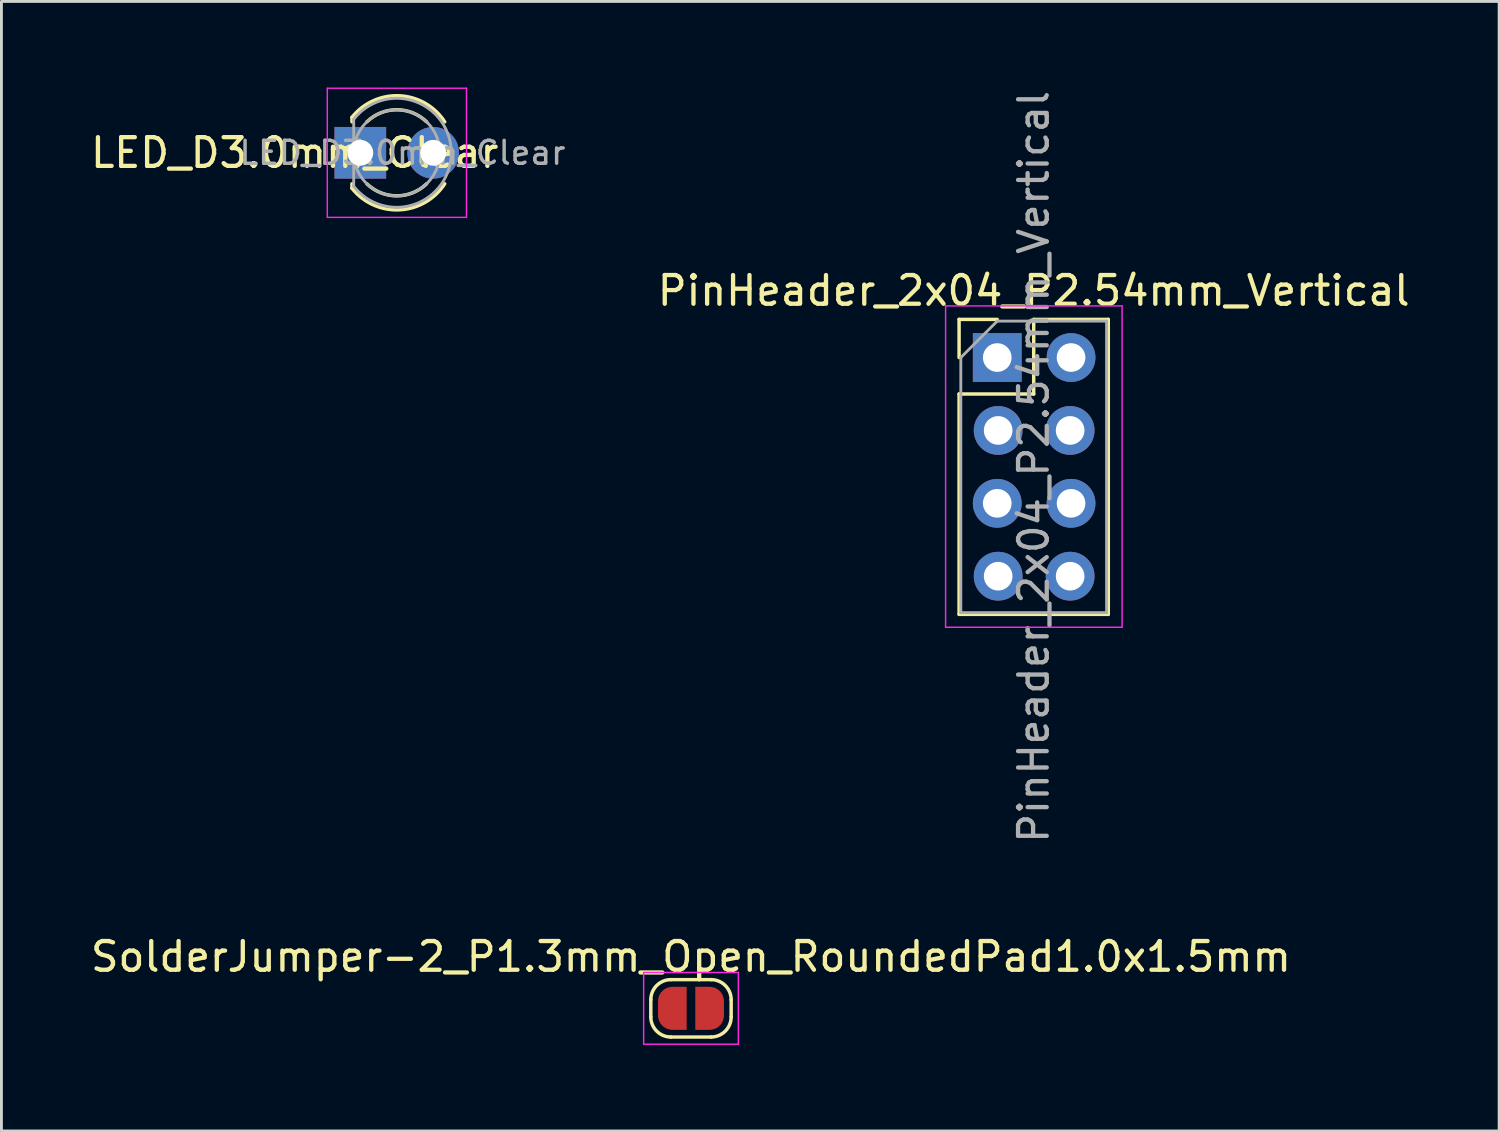
<source format=kicad_pcb>
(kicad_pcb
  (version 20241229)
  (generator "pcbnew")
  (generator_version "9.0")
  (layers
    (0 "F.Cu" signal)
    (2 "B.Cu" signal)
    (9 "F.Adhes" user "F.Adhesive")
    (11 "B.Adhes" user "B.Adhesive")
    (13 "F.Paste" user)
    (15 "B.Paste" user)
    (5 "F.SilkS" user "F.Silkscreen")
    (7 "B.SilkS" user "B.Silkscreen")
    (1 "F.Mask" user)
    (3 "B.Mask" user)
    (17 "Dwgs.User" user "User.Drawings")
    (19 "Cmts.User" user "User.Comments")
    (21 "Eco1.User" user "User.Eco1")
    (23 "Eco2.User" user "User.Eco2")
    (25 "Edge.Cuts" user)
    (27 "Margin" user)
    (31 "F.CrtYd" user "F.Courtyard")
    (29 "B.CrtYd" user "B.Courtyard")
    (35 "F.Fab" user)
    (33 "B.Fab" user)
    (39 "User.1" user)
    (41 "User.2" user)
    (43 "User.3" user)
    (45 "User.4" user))
  (footprint "LED_D3.0mm_Clear"
    (layer "F.Cu")
    (at 9.506 2.275)
    (property "Reference" "LED_D3.0mm_Clear" (at -2.286 0 180) (layer "F.SilkS") (effects (font (size 1 1) (thickness 0.15))))
    (attr through_hole)
    (fp_line (start -0.29 -1.236) (end -0.29 -1.08) (stroke (width 0.12) (type solid)) (layer "F.SilkS"))
    (fp_line (start -0.29 1.08) (end -0.29 1.236) (stroke (width 0.12) (type solid)) (layer "F.SilkS"))
    (fp_arc (start -0.29 -1.235516) (mid 1.366487 -1.987659) (end 2.942335 -1.078608) (stroke (width 0.12) (type solid)) (layer "F.SilkS"))
    (fp_arc (start 0.229039 -1.08) (mid 1.270117 -1.5) (end 2.31113 -1.079837) (stroke (width 0.12) (type solid)) (layer "F.SilkS"))
    (fp_arc (start 2.31113 1.079837) (mid 1.270117 1.5) (end 0.229039 1.08) (stroke (width 0.12) (type solid)) (layer "F.SilkS"))
    (fp_arc (start 2.942335 1.078608) (mid 1.366487 1.987659) (end -0.29 1.235516) (stroke (width 0.12) (type solid)) (layer "F.SilkS"))
    (fp_line (start -1.15 -2.25) (end -1.15 2.25) (stroke (width 0.05) (type solid)) (layer "F.CrtYd"))
    (fp_line (start -1.15 2.25) (end 3.7 2.25) (stroke (width 0.05) (type solid)) (layer "F.CrtYd"))
    (fp_line (start 3.7 -2.25) (end -1.15 -2.25) (stroke (width 0.05) (type solid)) (layer "F.CrtYd"))
    (fp_line (start 3.7 2.25) (end 3.7 -2.25) (stroke (width 0.05) (type solid)) (layer "F.CrtYd"))
    (fp_line (start -0.23 -1.166) (end -0.23 1.166) (stroke (width 0.1) (type solid)) (layer "F.Fab"))
    (fp_arc (start -0.23 -1.16619) (mid 3.17 0.000452) (end -0.230555 1.165476) (stroke (width 0.1) (type solid)) (layer "F.Fab"))
    (fp_circle (center 1.27 0) (end 2.77 0) (stroke (width 0.1) (type solid)) (fill no) (layer "F.Fab"))
    (fp_text user "${REFERENCE}" (at 1.47 0 180) (layer "F.Fab") (effects (font (size 0.8 0.8) (thickness 0.12))))
    (pad "1" thru_hole rect (at 0 0) (size 1.8 1.8) (drill 0.9) (layers "*.Cu" "*.Mask"))
    (pad "2" thru_hole circle (at 2.54 0) (size 1.8 1.8) (drill 0.9) (layers "*.Cu" "*.Mask")))
  (footprint "PinHeader_2x04_P2.54mm_Vertical"
    (layer "F.Cu")
    (at 31.703 9.41)
    (property "Reference" "PinHeader_2x04_P2.54mm_Vertical" (at 1.27 -2.33 0) (layer "F.SilkS") (effects (font (size 1 1) (thickness 0.15))))
    (attr through_hole)
    (fp_line (start -1.33 -1.33) (end 0 -1.33) (stroke (width 0.12) (type solid)) (layer "F.SilkS"))
    (fp_line (start -1.33 0) (end -1.33 -1.33) (stroke (width 0.12) (type solid)) (layer "F.SilkS"))
    (fp_line (start -1.33 1.27) (end -1.33 8.95) (stroke (width 0.12) (type solid)) (layer "F.SilkS"))
    (fp_line (start -1.33 1.27) (end 1.27 1.27) (stroke (width 0.12) (type solid)) (layer "F.SilkS"))
    (fp_line (start -1.33 8.95) (end 3.87 8.95) (stroke (width 0.12) (type solid)) (layer "F.SilkS"))
    (fp_line (start 1.27 -1.33) (end 3.87 -1.33) (stroke (width 0.12) (type solid)) (layer "F.SilkS"))
    (fp_line (start 1.27 1.27) (end 1.27 -1.33) (stroke (width 0.12) (type solid)) (layer "F.SilkS"))
    (fp_line (start 3.87 -1.33) (end 3.87 8.95) (stroke (width 0.12) (type solid)) (layer "F.SilkS"))
    (fp_line (start -1.8 -1.8) (end -1.8 9.4) (stroke (width 0.05) (type solid)) (layer "F.CrtYd"))
    (fp_line (start -1.8 9.4) (end 4.35 9.4) (stroke (width 0.05) (type solid)) (layer "F.CrtYd"))
    (fp_line (start 4.35 -1.8) (end -1.8 -1.8) (stroke (width 0.05) (type solid)) (layer "F.CrtYd"))
    (fp_line (start 4.35 9.4) (end 4.35 -1.8) (stroke (width 0.05) (type solid)) (layer "F.CrtYd"))
    (fp_line (start -1.27 0) (end 0 -1.27) (stroke (width 0.1) (type solid)) (layer "F.Fab"))
    (fp_line (start -1.27 8.89) (end -1.27 0) (stroke (width 0.1) (type solid)) (layer "F.Fab"))
    (fp_line (start 0 -1.27) (end 3.81 -1.27) (stroke (width 0.1) (type solid)) (layer "F.Fab"))
    (fp_line (start 3.81 -1.27) (end 3.81 8.89) (stroke (width 0.1) (type solid)) (layer "F.Fab"))
    (fp_line (start 3.81 8.89) (end -1.27 8.89) (stroke (width 0.1) (type solid)) (layer "F.Fab"))
    (fp_text user "${REFERENCE}" (at 1.27 3.81 90) (layer "F.Fab") (effects (font (size 1 1) (thickness 0.15))))
    (pad "1" thru_hole rect (at 0 0) (size 1.7 1.7) (drill 1) (layers "*.Cu" "*.Mask"))
    (pad "2" thru_hole oval (at 2.572 0) (size 1.7 1.7) (drill 1) (layers "*.Cu" "*.Mask"))
    (pad "3" thru_hole oval (at 0.032 2.54) (size 1.7 1.7) (drill 1) (layers "*.Cu" "*.Mask"))
    (pad "4" thru_hole oval (at 2.54 2.54) (size 1.7 1.7) (drill 1) (layers "*.Cu" "*.Mask"))
    (pad "5" thru_hole oval (at 0 5.08) (size 1.7 1.7) (drill 1) (layers "*.Cu" "*.Mask"))
    (pad "6" thru_hole oval (at 2.572 5.08) (size 1.7 1.7) (drill 1) (layers "*.Cu" "*.Mask"))
    (pad "7" thru_hole oval (at 0.032 7.62) (size 1.7 1.7) (drill 1) (layers "*.Cu" "*.Mask"))
    (pad "8" thru_hole oval (at 2.54 7.62) (size 1.7 1.7) (drill 1) (layers "*.Cu" "*.Mask")))
  (footprint "SolderJumper-2_P1.3mm_Open_RoundedPad1.0x1.5mm"
    (layer "F.Cu")
    (at 21.03 32.089)
    (property "Reference" "SolderJumper-2_P1.3mm_Open_RoundedPad1.0x1.5mm" (at 0 -1.8 0) (layer "F.SilkS") (effects (font (size 1 1) (thickness 0.15))))
    (attr exclude_from_pos_files exclude_from_bom)
    (fp_line (start -1.4 0.3) (end -1.4 -0.3) (stroke (width 0.12) (type solid)) (layer "F.SilkS"))
    (fp_line (start -0.7 -1) (end 0.7 -1) (stroke (width 0.12) (type solid)) (layer "F.SilkS"))
    (fp_line (start 0.7 1) (end -0.7 1) (stroke (width 0.12) (type solid)) (layer "F.SilkS"))
    (fp_line (start 1.4 -0.3) (end 1.4 0.3) (stroke (width 0.12) (type solid)) (layer "F.SilkS"))
    (fp_arc (start -1.4 -0.3) (mid -1.194975 -0.794975) (end -0.7 -1) (stroke (width 0.12) (type solid)) (layer "F.SilkS"))
    (fp_arc (start -0.7 1) (mid -1.194975 0.794975) (end -1.4 0.3) (stroke (width 0.12) (type solid)) (layer "F.SilkS"))
    (fp_arc (start 0.7 -1) (mid 1.194975 -0.794975) (end 1.4 -0.3) (stroke (width 0.12) (type solid)) (layer "F.SilkS"))
    (fp_arc (start 1.4 0.3) (mid 1.194975 0.794975) (end 0.7 1) (stroke (width 0.12) (type solid)) (layer "F.SilkS"))
    (fp_line (start -1.65 -1.25) (end -1.65 1.25) (stroke (width 0.05) (type solid)) (layer "F.CrtYd"))
    (fp_line (start -1.65 -1.25) (end 1.65 -1.25) (stroke (width 0.05) (type solid)) (layer "F.CrtYd"))
    (fp_line (start 1.65 1.25) (end -1.65 1.25) (stroke (width 0.05) (type solid)) (layer "F.CrtYd"))
    (fp_line (start 1.65 1.25) (end 1.65 -1.25) (stroke (width 0.05) (type solid)) (layer "F.CrtYd"))
    (pad "1" smd custom (at -0.65 0) (size 1 0.5) (layers "F.Cu" "F.Mask") (options (anchor rect)) (primitives (gr_circle (center 0 0.25) (end 0.5 0.25) (width 0) (fill yes)) (gr_circle (center 0 -0.25) (end 0.5 -0.25) (width 0) (fill yes)) (gr_poly (pts (xy 0 -0.75) (xy 0.5 -0.75) (xy 0.5 0.75) (xy 0 0.75)) (width 0) (fill yes))))
    (pad "2" smd custom (at 0.65 0) (size 1 0.5) (layers "F.Cu" "F.Mask") (options (anchor rect)) (primitives (gr_circle (center 0 0.25) (end 0.5 0.25) (width 0) (fill yes)) (gr_circle (center 0 -0.25) (end 0.5 -0.25) (width 0) (fill yes)) (gr_poly (pts (xy 0 -0.75) (xy -0.5 -0.75) (xy -0.5 0.75) (xy 0 0.75)) (width 0) (fill yes)))))
  (gr_rect
    (start -3 -3)
    (end 49.193 36.364)
    (stroke (width 0.1) (type default))
    (fill no)
    (layer "Edge.Cuts")))
</source>
